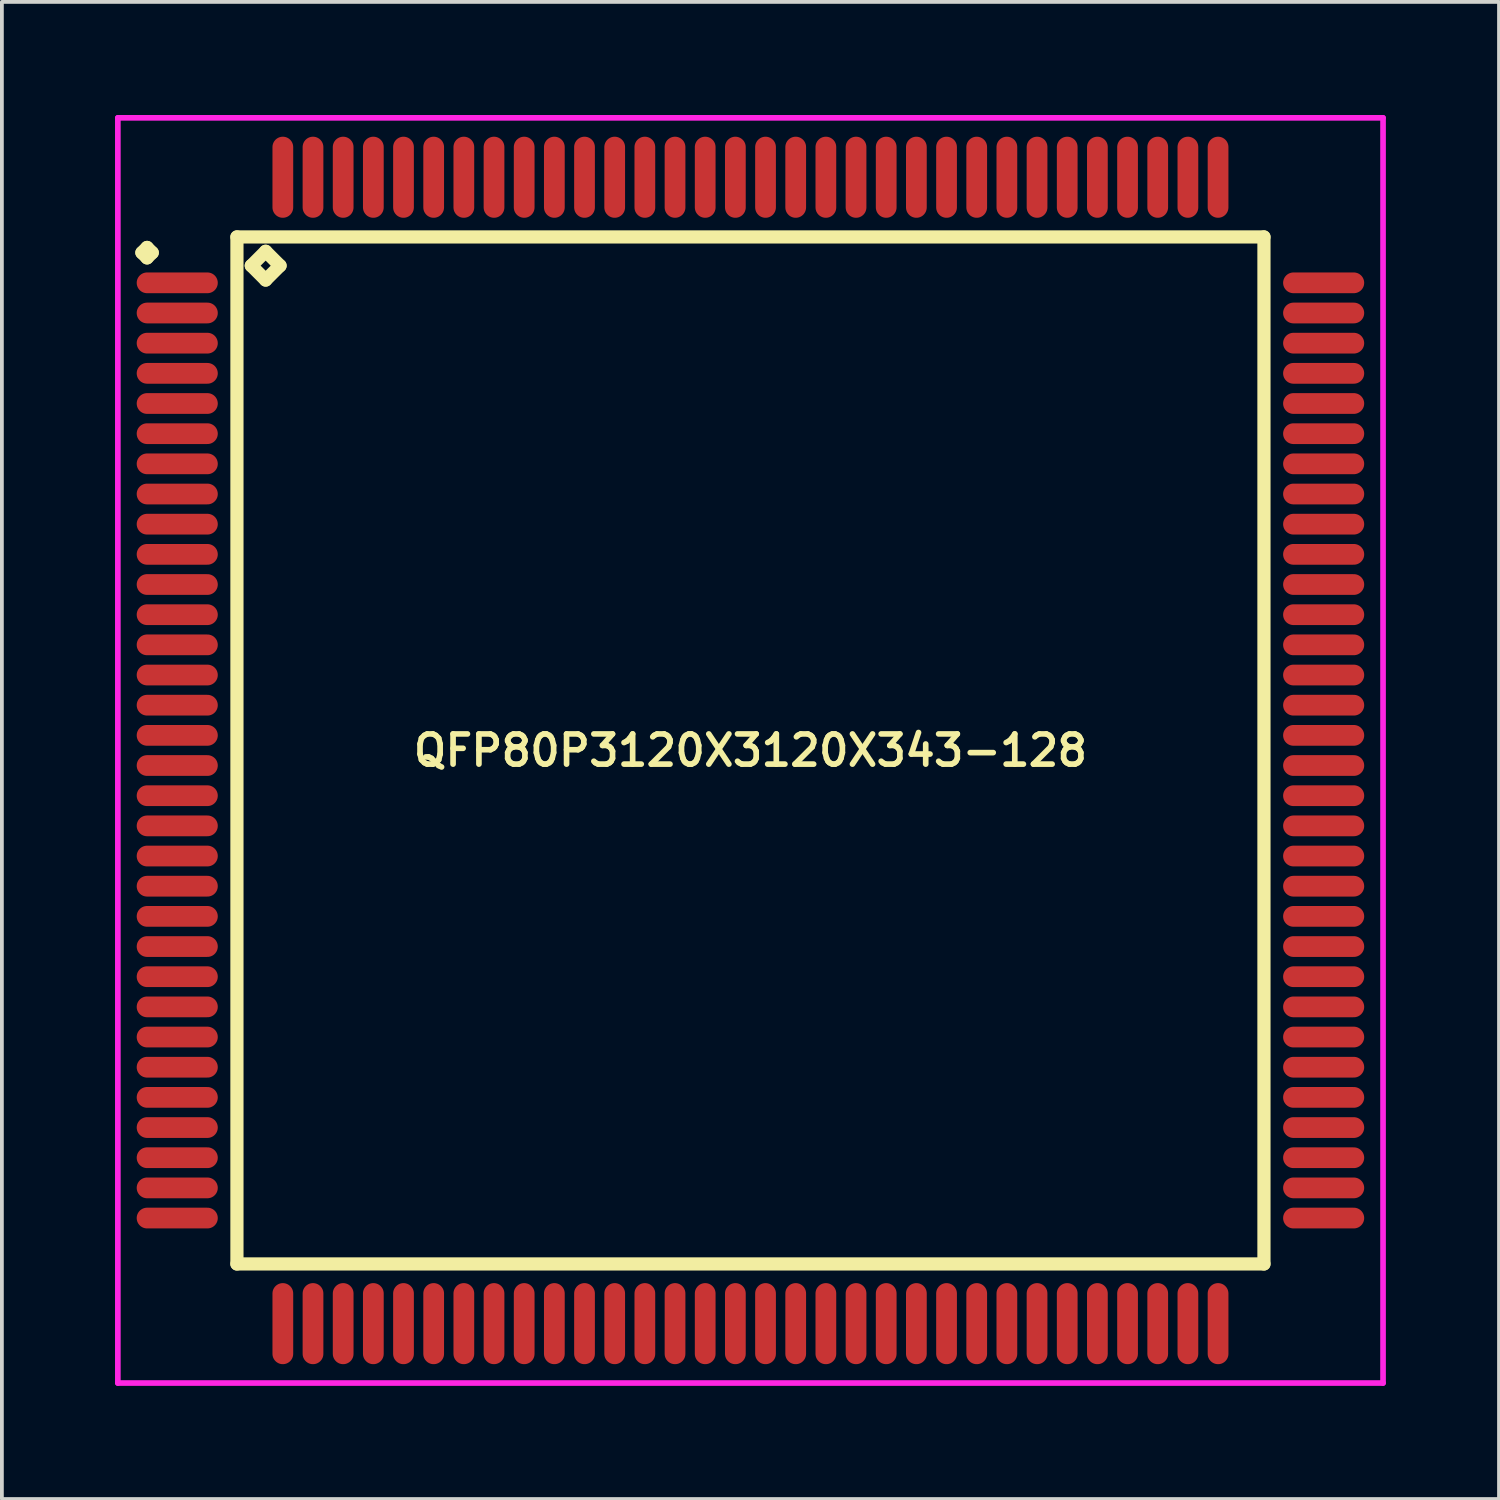
<source format=kicad_pcb>
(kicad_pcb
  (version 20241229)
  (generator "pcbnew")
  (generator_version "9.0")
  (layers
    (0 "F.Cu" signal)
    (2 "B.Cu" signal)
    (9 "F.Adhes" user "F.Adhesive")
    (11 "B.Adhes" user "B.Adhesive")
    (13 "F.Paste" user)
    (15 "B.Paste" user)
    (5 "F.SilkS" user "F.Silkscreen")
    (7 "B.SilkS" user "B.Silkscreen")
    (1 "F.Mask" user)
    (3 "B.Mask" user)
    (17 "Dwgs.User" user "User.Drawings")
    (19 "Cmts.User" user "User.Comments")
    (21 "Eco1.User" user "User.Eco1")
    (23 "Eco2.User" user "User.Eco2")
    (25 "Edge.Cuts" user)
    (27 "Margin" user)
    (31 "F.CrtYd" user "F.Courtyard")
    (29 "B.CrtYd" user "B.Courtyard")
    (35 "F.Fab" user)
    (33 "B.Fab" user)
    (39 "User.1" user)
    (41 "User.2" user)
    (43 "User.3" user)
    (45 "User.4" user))
  (footprint "QFP80P3120X3120X343-128"
    (layer "F.Cu")
    (at 16.85 16.85)
    (property "Reference" "QFP80P3120X3120X343-128" (at 0 0 0) (layer "F.SilkS") (effects (font (size 0.8 0.8) (thickness 0.15))))
    (attr smd)
    (fp_line (start -16.137 -13.2) (end -16 -13.338) (stroke (width 0.35) (type solid)) (layer "F.SilkS"))
    (fp_line (start -16 -13.338) (end -15.863 -13.2) (stroke (width 0.35) (type solid)) (layer "F.SilkS"))
    (fp_line (start -16 -13.062) (end -16.137 -13.2) (stroke (width 0.35) (type solid)) (layer "F.SilkS"))
    (fp_line (start -15.863 -13.2) (end -16 -13.062) (stroke (width 0.35) (type solid)) (layer "F.SilkS"))
    (fp_line (start -13.617 -13.617) (end -13.617 13.617) (stroke (width 0.35) (type solid)) (layer "F.SilkS"))
    (fp_line (start -13.617 13.617) (end 13.617 13.617) (stroke (width 0.35) (type solid)) (layer "F.SilkS"))
    (fp_line (start -13.236 -12.855) (end -12.855 -13.236) (stroke (width 0.35) (type solid)) (layer "F.SilkS"))
    (fp_line (start -12.855 -13.236) (end -12.474 -12.855) (stroke (width 0.35) (type solid)) (layer "F.SilkS"))
    (fp_line (start -12.855 -12.474) (end -13.236 -12.855) (stroke (width 0.35) (type solid)) (layer "F.SilkS"))
    (fp_line (start -12.474 -12.855) (end -12.855 -12.474) (stroke (width 0.35) (type solid)) (layer "F.SilkS"))
    (fp_line (start 13.617 -13.617) (end -13.617 -13.617) (stroke (width 0.35) (type solid)) (layer "F.SilkS"))
    (fp_line (start 13.617 13.617) (end 13.617 -13.617) (stroke (width 0.35) (type solid)) (layer "F.SilkS"))
    (fp_line (start -16.775 -16.775) (end 16.775 -16.775) (stroke (width 0.15) (type solid)) (layer "F.CrtYd"))
    (fp_line (start -16.775 16.775) (end -16.775 -16.775) (stroke (width 0.15) (type solid)) (layer "F.CrtYd"))
    (fp_line (start 16.775 -16.775) (end 16.775 16.775) (stroke (width 0.15) (type solid)) (layer "F.CrtYd"))
    (fp_line (start 16.775 16.775) (end -16.775 16.775) (stroke (width 0.15) (type solid)) (layer "F.CrtYd"))
    (pad "1" smd oval (at -15.2 -12.4) (size 2.15 0.55) (layers "F.Cu" "F.Mask" "F.Paste"))
    (pad "2" smd oval (at -15.2 -11.6) (size 2.15 0.55) (layers "F.Cu" "F.Mask" "F.Paste"))
    (pad "3" smd oval (at -15.2 -10.8) (size 2.15 0.55) (layers "F.Cu" "F.Mask" "F.Paste"))
    (pad "4" smd oval (at -15.2 -10) (size 2.15 0.55) (layers "F.Cu" "F.Mask" "F.Paste"))
    (pad "5" smd oval (at -15.2 -9.2) (size 2.15 0.55) (layers "F.Cu" "F.Mask" "F.Paste"))
    (pad "6" smd oval (at -15.2 -8.4) (size 2.15 0.55) (layers "F.Cu" "F.Mask" "F.Paste"))
    (pad "7" smd oval (at -15.2 -7.6) (size 2.15 0.55) (layers "F.Cu" "F.Mask" "F.Paste"))
    (pad "8" smd oval (at -15.2 -6.8) (size 2.15 0.55) (layers "F.Cu" "F.Mask" "F.Paste"))
    (pad "9" smd oval (at -15.2 -6) (size 2.15 0.55) (layers "F.Cu" "F.Mask" "F.Paste"))
    (pad "10" smd oval (at -15.2 -5.2) (size 2.15 0.55) (layers "F.Cu" "F.Mask" "F.Paste"))
    (pad "11" smd oval (at -15.2 -4.4) (size 2.15 0.55) (layers "F.Cu" "F.Mask" "F.Paste"))
    (pad "12" smd oval (at -15.2 -3.6) (size 2.15 0.55) (layers "F.Cu" "F.Mask" "F.Paste"))
    (pad "13" smd oval (at -15.2 -2.8) (size 2.15 0.55) (layers "F.Cu" "F.Mask" "F.Paste"))
    (pad "14" smd oval (at -15.2 -2) (size 2.15 0.55) (layers "F.Cu" "F.Mask" "F.Paste"))
    (pad "15" smd oval (at -15.2 -1.2) (size 2.15 0.55) (layers "F.Cu" "F.Mask" "F.Paste"))
    (pad "16" smd oval (at -15.2 -0.4) (size 2.15 0.55) (layers "F.Cu" "F.Mask" "F.Paste"))
    (pad "17" smd oval (at -15.2 0.4) (size 2.15 0.55) (layers "F.Cu" "F.Mask" "F.Paste"))
    (pad "18" smd oval (at -15.2 1.2) (size 2.15 0.55) (layers "F.Cu" "F.Mask" "F.Paste"))
    (pad "19" smd oval (at -15.2 2) (size 2.15 0.55) (layers "F.Cu" "F.Mask" "F.Paste"))
    (pad "20" smd oval (at -15.2 2.8) (size 2.15 0.55) (layers "F.Cu" "F.Mask" "F.Paste"))
    (pad "21" smd oval (at -15.2 3.6) (size 2.15 0.55) (layers "F.Cu" "F.Mask" "F.Paste"))
    (pad "22" smd oval (at -15.2 4.4) (size 2.15 0.55) (layers "F.Cu" "F.Mask" "F.Paste"))
    (pad "23" smd oval (at -15.2 5.2) (size 2.15 0.55) (layers "F.Cu" "F.Mask" "F.Paste"))
    (pad "24" smd oval (at -15.2 6) (size 2.15 0.55) (layers "F.Cu" "F.Mask" "F.Paste"))
    (pad "25" smd oval (at -15.2 6.8) (size 2.15 0.55) (layers "F.Cu" "F.Mask" "F.Paste"))
    (pad "26" smd oval (at -15.2 7.6) (size 2.15 0.55) (layers "F.Cu" "F.Mask" "F.Paste"))
    (pad "27" smd oval (at -15.2 8.4) (size 2.15 0.55) (layers "F.Cu" "F.Mask" "F.Paste"))
    (pad "28" smd oval (at -15.2 9.2) (size 2.15 0.55) (layers "F.Cu" "F.Mask" "F.Paste"))
    (pad "29" smd oval (at -15.2 10) (size 2.15 0.55) (layers "F.Cu" "F.Mask" "F.Paste"))
    (pad "30" smd oval (at -15.2 10.8) (size 2.15 0.55) (layers "F.Cu" "F.Mask" "F.Paste"))
    (pad "31" smd oval (at -15.2 11.6) (size 2.15 0.55) (layers "F.Cu" "F.Mask" "F.Paste"))
    (pad "32" smd oval (at -15.2 12.4) (size 2.15 0.55) (layers "F.Cu" "F.Mask" "F.Paste"))
    (pad "33" smd oval (at -12.4 15.2) (size 0.55 2.15) (layers "F.Cu" "F.Mask" "F.Paste"))
    (pad "34" smd oval (at -11.6 15.2) (size 0.55 2.15) (layers "F.Cu" "F.Mask" "F.Paste"))
    (pad "35" smd oval (at -10.8 15.2) (size 0.55 2.15) (layers "F.Cu" "F.Mask" "F.Paste"))
    (pad "36" smd oval (at -10 15.2) (size 0.55 2.15) (layers "F.Cu" "F.Mask" "F.Paste"))
    (pad "37" smd oval (at -9.2 15.2) (size 0.55 2.15) (layers "F.Cu" "F.Mask" "F.Paste"))
    (pad "38" smd oval (at -8.4 15.2) (size 0.55 2.15) (layers "F.Cu" "F.Mask" "F.Paste"))
    (pad "39" smd oval (at -7.6 15.2) (size 0.55 2.15) (layers "F.Cu" "F.Mask" "F.Paste"))
    (pad "40" smd oval (at -6.8 15.2) (size 0.55 2.15) (layers "F.Cu" "F.Mask" "F.Paste"))
    (pad "41" smd oval (at -6 15.2) (size 0.55 2.15) (layers "F.Cu" "F.Mask" "F.Paste"))
    (pad "42" smd oval (at -5.2 15.2) (size 0.55 2.15) (layers "F.Cu" "F.Mask" "F.Paste"))
    (pad "43" smd oval (at -4.4 15.2) (size 0.55 2.15) (layers "F.Cu" "F.Mask" "F.Paste"))
    (pad "44" smd oval (at -3.6 15.2) (size 0.55 2.15) (layers "F.Cu" "F.Mask" "F.Paste"))
    (pad "45" smd oval (at -2.8 15.2) (size 0.55 2.15) (layers "F.Cu" "F.Mask" "F.Paste"))
    (pad "46" smd oval (at -2 15.2) (size 0.55 2.15) (layers "F.Cu" "F.Mask" "F.Paste"))
    (pad "47" smd oval (at -1.2 15.2) (size 0.55 2.15) (layers "F.Cu" "F.Mask" "F.Paste"))
    (pad "48" smd oval (at -0.4 15.2) (size 0.55 2.15) (layers "F.Cu" "F.Mask" "F.Paste"))
    (pad "49" smd oval (at 0.4 15.2) (size 0.55 2.15) (layers "F.Cu" "F.Mask" "F.Paste"))
    (pad "50" smd oval (at 1.2 15.2) (size 0.55 2.15) (layers "F.Cu" "F.Mask" "F.Paste"))
    (pad "51" smd oval (at 2 15.2) (size 0.55 2.15) (layers "F.Cu" "F.Mask" "F.Paste"))
    (pad "52" smd oval (at 2.8 15.2) (size 0.55 2.15) (layers "F.Cu" "F.Mask" "F.Paste"))
    (pad "53" smd oval (at 3.6 15.2) (size 0.55 2.15) (layers "F.Cu" "F.Mask" "F.Paste"))
    (pad "54" smd oval (at 4.4 15.2) (size 0.55 2.15) (layers "F.Cu" "F.Mask" "F.Paste"))
    (pad "55" smd oval (at 5.2 15.2) (size 0.55 2.15) (layers "F.Cu" "F.Mask" "F.Paste"))
    (pad "56" smd oval (at 6 15.2) (size 0.55 2.15) (layers "F.Cu" "F.Mask" "F.Paste"))
    (pad "57" smd oval (at 6.8 15.2) (size 0.55 2.15) (layers "F.Cu" "F.Mask" "F.Paste"))
    (pad "58" smd oval (at 7.6 15.2) (size 0.55 2.15) (layers "F.Cu" "F.Mask" "F.Paste"))
    (pad "59" smd oval (at 8.4 15.2) (size 0.55 2.15) (layers "F.Cu" "F.Mask" "F.Paste"))
    (pad "60" smd oval (at 9.2 15.2) (size 0.55 2.15) (layers "F.Cu" "F.Mask" "F.Paste"))
    (pad "61" smd oval (at 10 15.2) (size 0.55 2.15) (layers "F.Cu" "F.Mask" "F.Paste"))
    (pad "62" smd oval (at 10.8 15.2) (size 0.55 2.15) (layers "F.Cu" "F.Mask" "F.Paste"))
    (pad "63" smd oval (at 11.6 15.2) (size 0.55 2.15) (layers "F.Cu" "F.Mask" "F.Paste"))
    (pad "64" smd oval (at 12.4 15.2) (size 0.55 2.15) (layers "F.Cu" "F.Mask" "F.Paste"))
    (pad "65" smd oval (at 15.2 12.4) (size 2.15 0.55) (layers "F.Cu" "F.Mask" "F.Paste"))
    (pad "66" smd oval (at 15.2 11.6) (size 2.15 0.55) (layers "F.Cu" "F.Mask" "F.Paste"))
    (pad "67" smd oval (at 15.2 10.8) (size 2.15 0.55) (layers "F.Cu" "F.Mask" "F.Paste"))
    (pad "68" smd oval (at 15.2 10) (size 2.15 0.55) (layers "F.Cu" "F.Mask" "F.Paste"))
    (pad "69" smd oval (at 15.2 9.2) (size 2.15 0.55) (layers "F.Cu" "F.Mask" "F.Paste"))
    (pad "70" smd oval (at 15.2 8.4) (size 2.15 0.55) (layers "F.Cu" "F.Mask" "F.Paste"))
    (pad "71" smd oval (at 15.2 7.6) (size 2.15 0.55) (layers "F.Cu" "F.Mask" "F.Paste"))
    (pad "72" smd oval (at 15.2 6.8) (size 2.15 0.55) (layers "F.Cu" "F.Mask" "F.Paste"))
    (pad "73" smd oval (at 15.2 6) (size 2.15 0.55) (layers "F.Cu" "F.Mask" "F.Paste"))
    (pad "74" smd oval (at 15.2 5.2) (size 2.15 0.55) (layers "F.Cu" "F.Mask" "F.Paste"))
    (pad "75" smd oval (at 15.2 4.4) (size 2.15 0.55) (layers "F.Cu" "F.Mask" "F.Paste"))
    (pad "76" smd oval (at 15.2 3.6) (size 2.15 0.55) (layers "F.Cu" "F.Mask" "F.Paste"))
    (pad "77" smd oval (at 15.2 2.8) (size 2.15 0.55) (layers "F.Cu" "F.Mask" "F.Paste"))
    (pad "78" smd oval (at 15.2 2) (size 2.15 0.55) (layers "F.Cu" "F.Mask" "F.Paste"))
    (pad "79" smd oval (at 15.2 1.2) (size 2.15 0.55) (layers "F.Cu" "F.Mask" "F.Paste"))
    (pad "80" smd oval (at 15.2 0.4) (size 2.15 0.55) (layers "F.Cu" "F.Mask" "F.Paste"))
    (pad "81" smd oval (at 15.2 -0.4) (size 2.15 0.55) (layers "F.Cu" "F.Mask" "F.Paste"))
    (pad "82" smd oval (at 15.2 -1.2) (size 2.15 0.55) (layers "F.Cu" "F.Mask" "F.Paste"))
    (pad "83" smd oval (at 15.2 -2) (size 2.15 0.55) (layers "F.Cu" "F.Mask" "F.Paste"))
    (pad "84" smd oval (at 15.2 -2.8) (size 2.15 0.55) (layers "F.Cu" "F.Mask" "F.Paste"))
    (pad "85" smd oval (at 15.2 -3.6) (size 2.15 0.55) (layers "F.Cu" "F.Mask" "F.Paste"))
    (pad "86" smd oval (at 15.2 -4.4) (size 2.15 0.55) (layers "F.Cu" "F.Mask" "F.Paste"))
    (pad "87" smd oval (at 15.2 -5.2) (size 2.15 0.55) (layers "F.Cu" "F.Mask" "F.Paste"))
    (pad "88" smd oval (at 15.2 -6) (size 2.15 0.55) (layers "F.Cu" "F.Mask" "F.Paste"))
    (pad "89" smd oval (at 15.2 -6.8) (size 2.15 0.55) (layers "F.Cu" "F.Mask" "F.Paste"))
    (pad "90" smd oval (at 15.2 -7.6) (size 2.15 0.55) (layers "F.Cu" "F.Mask" "F.Paste"))
    (pad "91" smd oval (at 15.2 -8.4) (size 2.15 0.55) (layers "F.Cu" "F.Mask" "F.Paste"))
    (pad "92" smd oval (at 15.2 -9.2) (size 2.15 0.55) (layers "F.Cu" "F.Mask" "F.Paste"))
    (pad "93" smd oval (at 15.2 -10) (size 2.15 0.55) (layers "F.Cu" "F.Mask" "F.Paste"))
    (pad "94" smd oval (at 15.2 -10.8) (size 2.15 0.55) (layers "F.Cu" "F.Mask" "F.Paste"))
    (pad "95" smd oval (at 15.2 -11.6) (size 2.15 0.55) (layers "F.Cu" "F.Mask" "F.Paste"))
    (pad "96" smd oval (at 15.2 -12.4) (size 2.15 0.55) (layers "F.Cu" "F.Mask" "F.Paste"))
    (pad "97" smd oval (at 12.4 -15.2) (size 0.55 2.15) (layers "F.Cu" "F.Mask" "F.Paste"))
    (pad "98" smd oval (at 11.6 -15.2) (size 0.55 2.15) (layers "F.Cu" "F.Mask" "F.Paste"))
    (pad "99" smd oval (at 10.8 -15.2) (size 0.55 2.15) (layers "F.Cu" "F.Mask" "F.Paste"))
    (pad "100" smd oval (at 10 -15.2) (size 0.55 2.15) (layers "F.Cu" "F.Mask" "F.Paste"))
    (pad "101" smd oval (at 9.2 -15.2) (size 0.55 2.15) (layers "F.Cu" "F.Mask" "F.Paste"))
    (pad "102" smd oval (at 8.4 -15.2) (size 0.55 2.15) (layers "F.Cu" "F.Mask" "F.Paste"))
    (pad "103" smd oval (at 7.6 -15.2) (size 0.55 2.15) (layers "F.Cu" "F.Mask" "F.Paste"))
    (pad "104" smd oval (at 6.8 -15.2) (size 0.55 2.15) (layers "F.Cu" "F.Mask" "F.Paste"))
    (pad "105" smd oval (at 6 -15.2) (size 0.55 2.15) (layers "F.Cu" "F.Mask" "F.Paste"))
    (pad "106" smd oval (at 5.2 -15.2) (size 0.55 2.15) (layers "F.Cu" "F.Mask" "F.Paste"))
    (pad "107" smd oval (at 4.4 -15.2) (size 0.55 2.15) (layers "F.Cu" "F.Mask" "F.Paste"))
    (pad "108" smd oval (at 3.6 -15.2) (size 0.55 2.15) (layers "F.Cu" "F.Mask" "F.Paste"))
    (pad "109" smd oval (at 2.8 -15.2) (size 0.55 2.15) (layers "F.Cu" "F.Mask" "F.Paste"))
    (pad "110" smd oval (at 2 -15.2) (size 0.55 2.15) (layers "F.Cu" "F.Mask" "F.Paste"))
    (pad "111" smd oval (at 1.2 -15.2) (size 0.55 2.15) (layers "F.Cu" "F.Mask" "F.Paste"))
    (pad "112" smd oval (at 0.4 -15.2) (size 0.55 2.15) (layers "F.Cu" "F.Mask" "F.Paste"))
    (pad "113" smd oval (at -0.4 -15.2) (size 0.55 2.15) (layers "F.Cu" "F.Mask" "F.Paste"))
    (pad "114" smd oval (at -1.2 -15.2) (size 0.55 2.15) (layers "F.Cu" "F.Mask" "F.Paste"))
    (pad "115" smd oval (at -2 -15.2) (size 0.55 2.15) (layers "F.Cu" "F.Mask" "F.Paste"))
    (pad "116" smd oval (at -2.8 -15.2) (size 0.55 2.15) (layers "F.Cu" "F.Mask" "F.Paste"))
    (pad "117" smd oval (at -3.6 -15.2) (size 0.55 2.15) (layers "F.Cu" "F.Mask" "F.Paste"))
    (pad "118" smd oval (at -4.4 -15.2) (size 0.55 2.15) (layers "F.Cu" "F.Mask" "F.Paste"))
    (pad "119" smd oval (at -5.2 -15.2) (size 0.55 2.15) (layers "F.Cu" "F.Mask" "F.Paste"))
    (pad "120" smd oval (at -6 -15.2) (size 0.55 2.15) (layers "F.Cu" "F.Mask" "F.Paste"))
    (pad "121" smd oval (at -6.8 -15.2) (size 0.55 2.15) (layers "F.Cu" "F.Mask" "F.Paste"))
    (pad "122" smd oval (at -7.6 -15.2) (size 0.55 2.15) (layers "F.Cu" "F.Mask" "F.Paste"))
    (pad "123" smd oval (at -8.4 -15.2) (size 0.55 2.15) (layers "F.Cu" "F.Mask" "F.Paste"))
    (pad "124" smd oval (at -9.2 -15.2) (size 0.55 2.15) (layers "F.Cu" "F.Mask" "F.Paste"))
    (pad "125" smd oval (at -10 -15.2) (size 0.55 2.15) (layers "F.Cu" "F.Mask" "F.Paste"))
    (pad "126" smd oval (at -10.8 -15.2) (size 0.55 2.15) (layers "F.Cu" "F.Mask" "F.Paste"))
    (pad "127" smd oval (at -11.6 -15.2) (size 0.55 2.15) (layers "F.Cu" "F.Mask" "F.Paste"))
    (pad "128" smd oval (at -12.4 -15.2) (size 0.55 2.15) (layers "F.Cu" "F.Mask" "F.Paste")))
  (gr_rect
    (start -3 -3)
    (end 36.7 36.7)
    (stroke (width 0.1) (type default))
    (fill no)
    (layer "Edge.Cuts")))
</source>
